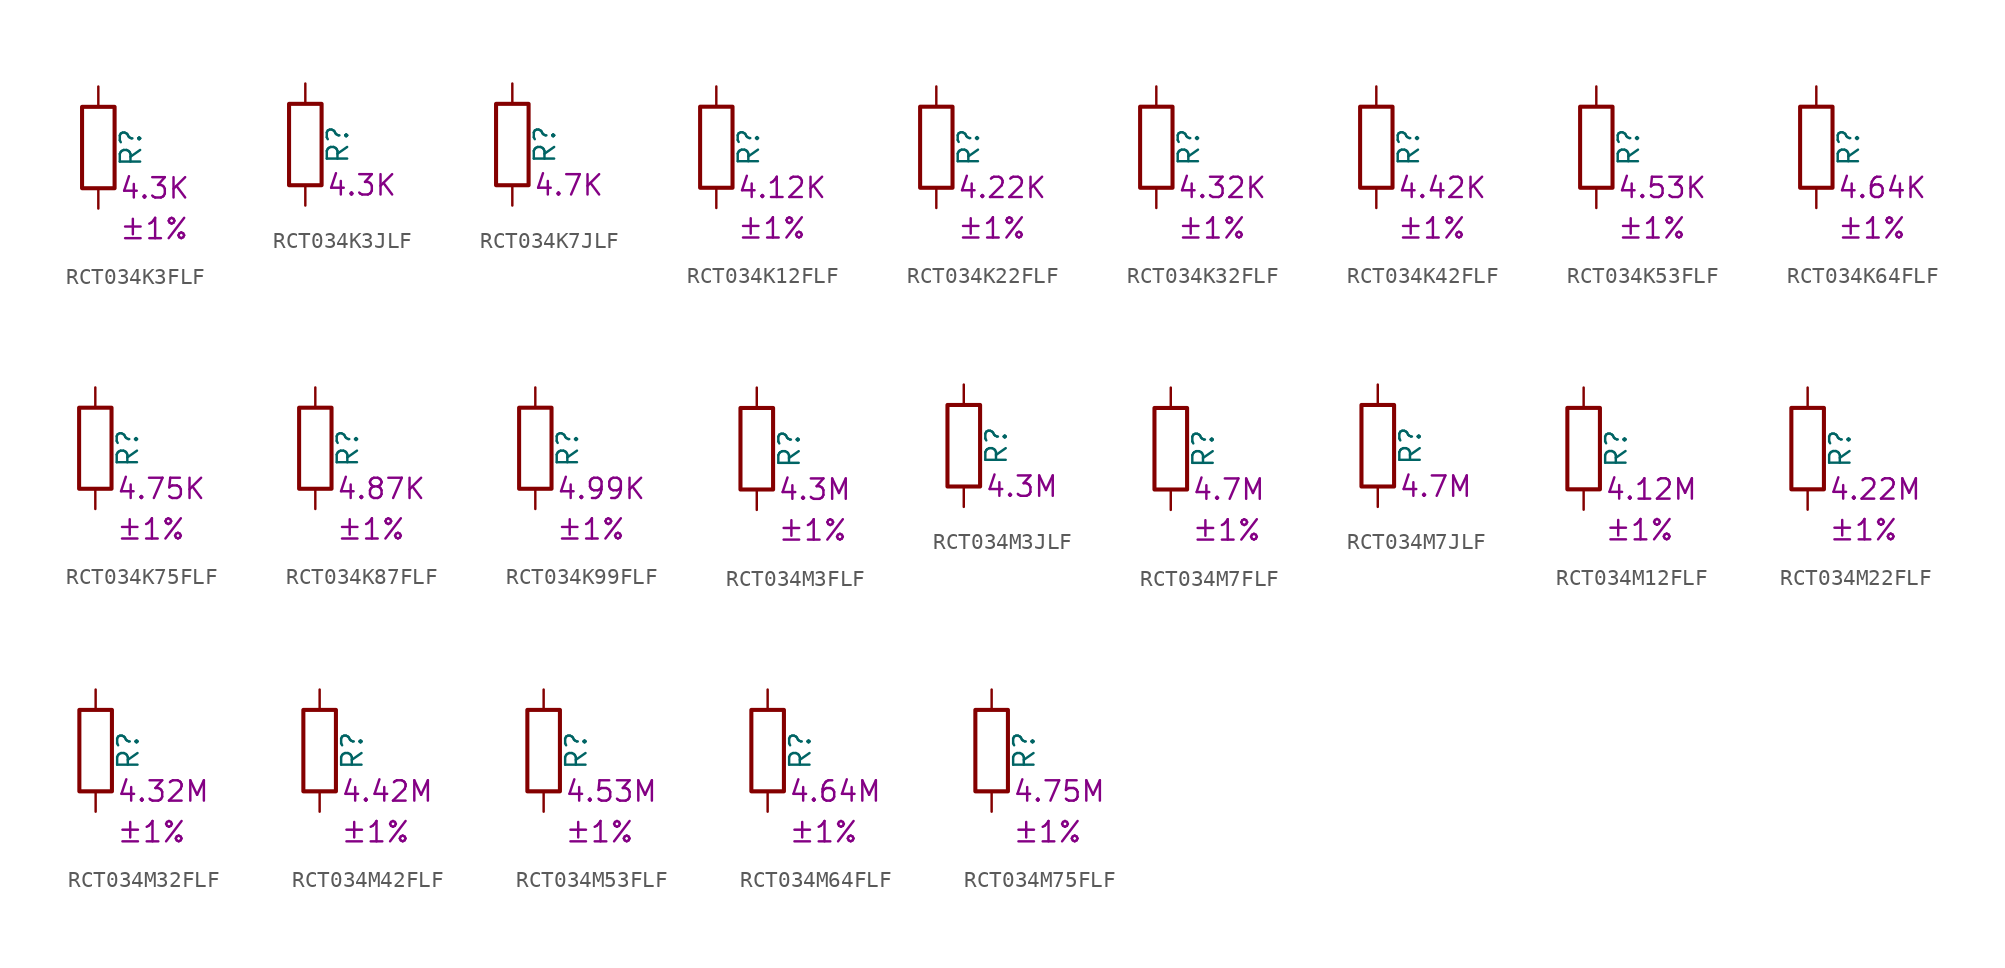
<source format=kicad_sym>
(kicad_symbol_lib
  (version 20220914)
  (generator kicad_symbol_editor)
  (symbol "RCT034K3FLF"
    (pin_numbers hide)
    (pin_names
      (offset 0))
    (property "Reference" "R"
      (at 2.032 0 90)
      (effects (font (size 1.27 1.27))))
    (property "Resistance" "4.3K"
      (at 1.27 -2.54 0)
      (effects (font (size 1.27 1.27)) (justify left)))
    (property "Tolerance" "±1%"
      (at 1.27 -5.08 0)
      (effects (font (size 1.27 1.27)) (justify left)))
    (symbol "RCT034K3FLF_0_1"
      (rectangle (start -1.016 -2.54) (end 1.016 2.54) (stroke (width 0.254) (type default)) (fill (type none))))
    (symbol "RCT034K3FLF_1_1"
      (pin passive line (at 0 3.81 270) (length 1.27) (name "~" (effects (font (size 1.27 1.27)))) (number "1" (effects (font (size 1.27 1.27)))))
      (pin passive line (at 0 -3.81 90) (length 1.27) (name "~" (effects (font (size 1.27 1.27)))) (number "2" (effects (font (size 1.27 1.27)))))))
  (symbol "RCT034K3JLF"
    (pin_numbers hide)
    (pin_names
      (offset 0))
    (property "Reference" "R"
      (at 2.032 0 90)
      (effects (font (size 1.27 1.27))))
    (property "Resistance" "4.3K"
      (at 1.27 -2.54 0)
      (effects (font (size 1.27 1.27)) (justify left)))
    (symbol "RCT034K3JLF_0_1"
      (rectangle (start -1.016 -2.54) (end 1.016 2.54) (stroke (width 0.254) (type default)) (fill (type none))))
    (symbol "RCT034K3JLF_1_1"
      (pin passive line (at 0 3.81 270) (length 1.27) (name "~" (effects (font (size 1.27 1.27)))) (number "1" (effects (font (size 1.27 1.27)))))
      (pin passive line (at 0 -3.81 90) (length 1.27) (name "~" (effects (font (size 1.27 1.27)))) (number "2" (effects (font (size 1.27 1.27)))))))
  (symbol "RCT034K7JLF"
    (pin_numbers hide)
    (pin_names
      (offset 0))
    (property "Reference" "R"
      (at 2.032 0 90)
      (effects (font (size 1.27 1.27))))
    (property "Resistance" "4.7K"
      (at 1.27 -2.54 0)
      (effects (font (size 1.27 1.27)) (justify left)))
    (symbol "RCT034K7JLF_0_1"
      (rectangle (start -1.016 -2.54) (end 1.016 2.54) (stroke (width 0.254) (type default)) (fill (type none))))
    (symbol "RCT034K7JLF_1_1"
      (pin passive line (at 0 3.81 270) (length 1.27) (name "~" (effects (font (size 1.27 1.27)))) (number "1" (effects (font (size 1.27 1.27)))))
      (pin passive line (at 0 -3.81 90) (length 1.27) (name "~" (effects (font (size 1.27 1.27)))) (number "2" (effects (font (size 1.27 1.27)))))))
  (symbol "RCT034K12FLF"
    (pin_numbers hide)
    (pin_names
      (offset 0))
    (property "Reference" "R"
      (at 2.032 0 90)
      (effects (font (size 1.27 1.27))))
    (property "Resistance" "4.12K"
      (at 1.27 -2.54 0)
      (effects (font (size 1.27 1.27)) (justify left)))
    (property "Tolerance" "±1%"
      (at 1.27 -5.08 0)
      (effects (font (size 1.27 1.27)) (justify left)))
    (symbol "RCT034K12FLF_0_1"
      (rectangle (start -1.016 -2.54) (end 1.016 2.54) (stroke (width 0.254) (type default)) (fill (type none))))
    (symbol "RCT034K12FLF_1_1"
      (pin passive line (at 0 3.81 270) (length 1.27) (name "~" (effects (font (size 1.27 1.27)))) (number "1" (effects (font (size 1.27 1.27)))))
      (pin passive line (at 0 -3.81 90) (length 1.27) (name "~" (effects (font (size 1.27 1.27)))) (number "2" (effects (font (size 1.27 1.27)))))))
  (symbol "RCT034K22FLF"
    (pin_numbers hide)
    (pin_names
      (offset 0))
    (property "Reference" "R"
      (at 2.032 0 90)
      (effects (font (size 1.27 1.27))))
    (property "Resistance" "4.22K"
      (at 1.27 -2.54 0)
      (effects (font (size 1.27 1.27)) (justify left)))
    (property "Tolerance" "±1%"
      (at 1.27 -5.08 0)
      (effects (font (size 1.27 1.27)) (justify left)))
    (symbol "RCT034K22FLF_0_1"
      (rectangle (start -1.016 -2.54) (end 1.016 2.54) (stroke (width 0.254) (type default)) (fill (type none))))
    (symbol "RCT034K22FLF_1_1"
      (pin passive line (at 0 3.81 270) (length 1.27) (name "~" (effects (font (size 1.27 1.27)))) (number "1" (effects (font (size 1.27 1.27)))))
      (pin passive line (at 0 -3.81 90) (length 1.27) (name "~" (effects (font (size 1.27 1.27)))) (number "2" (effects (font (size 1.27 1.27)))))))
  (symbol "RCT034K32FLF"
    (pin_numbers hide)
    (pin_names
      (offset 0))
    (property "Reference" "R"
      (at 2.032 0 90)
      (effects (font (size 1.27 1.27))))
    (property "Resistance" "4.32K"
      (at 1.27 -2.54 0)
      (effects (font (size 1.27 1.27)) (justify left)))
    (property "Tolerance" "±1%"
      (at 1.27 -5.08 0)
      (effects (font (size 1.27 1.27)) (justify left)))
    (symbol "RCT034K32FLF_0_1"
      (rectangle (start -1.016 -2.54) (end 1.016 2.54) (stroke (width 0.254) (type default)) (fill (type none))))
    (symbol "RCT034K32FLF_1_1"
      (pin passive line (at 0 3.81 270) (length 1.27) (name "~" (effects (font (size 1.27 1.27)))) (number "1" (effects (font (size 1.27 1.27)))))
      (pin passive line (at 0 -3.81 90) (length 1.27) (name "~" (effects (font (size 1.27 1.27)))) (number "2" (effects (font (size 1.27 1.27)))))))
  (symbol "RCT034K42FLF"
    (pin_numbers hide)
    (pin_names
      (offset 0))
    (property "Reference" "R"
      (at 2.032 0 90)
      (effects (font (size 1.27 1.27))))
    (property "Resistance" "4.42K"
      (at 1.27 -2.54 0)
      (effects (font (size 1.27 1.27)) (justify left)))
    (property "Tolerance" "±1%"
      (at 1.27 -5.08 0)
      (effects (font (size 1.27 1.27)) (justify left)))
    (symbol "RCT034K42FLF_0_1"
      (rectangle (start -1.016 -2.54) (end 1.016 2.54) (stroke (width 0.254) (type default)) (fill (type none))))
    (symbol "RCT034K42FLF_1_1"
      (pin passive line (at 0 3.81 270) (length 1.27) (name "~" (effects (font (size 1.27 1.27)))) (number "1" (effects (font (size 1.27 1.27)))))
      (pin passive line (at 0 -3.81 90) (length 1.27) (name "~" (effects (font (size 1.27 1.27)))) (number "2" (effects (font (size 1.27 1.27)))))))
  (symbol "RCT034K53FLF"
    (pin_numbers hide)
    (pin_names
      (offset 0))
    (property "Reference" "R"
      (at 2.032 0 90)
      (effects (font (size 1.27 1.27))))
    (property "Resistance" "4.53K"
      (at 1.27 -2.54 0)
      (effects (font (size 1.27 1.27)) (justify left)))
    (property "Tolerance" "±1%"
      (at 1.27 -5.08 0)
      (effects (font (size 1.27 1.27)) (justify left)))
    (symbol "RCT034K53FLF_0_1"
      (rectangle (start -1.016 -2.54) (end 1.016 2.54) (stroke (width 0.254) (type default)) (fill (type none))))
    (symbol "RCT034K53FLF_1_1"
      (pin passive line (at 0 3.81 270) (length 1.27) (name "~" (effects (font (size 1.27 1.27)))) (number "1" (effects (font (size 1.27 1.27)))))
      (pin passive line (at 0 -3.81 90) (length 1.27) (name "~" (effects (font (size 1.27 1.27)))) (number "2" (effects (font (size 1.27 1.27)))))))
  (symbol "RCT034K64FLF"
    (pin_numbers hide)
    (pin_names
      (offset 0))
    (property "Reference" "R"
      (at 2.032 0 90)
      (effects (font (size 1.27 1.27))))
    (property "Resistance" "4.64K"
      (at 1.27 -2.54 0)
      (effects (font (size 1.27 1.27)) (justify left)))
    (property "Tolerance" "±1%"
      (at 1.27 -5.08 0)
      (effects (font (size 1.27 1.27)) (justify left)))
    (symbol "RCT034K64FLF_0_1"
      (rectangle (start -1.016 -2.54) (end 1.016 2.54) (stroke (width 0.254) (type default)) (fill (type none))))
    (symbol "RCT034K64FLF_1_1"
      (pin passive line (at 0 3.81 270) (length 1.27) (name "~" (effects (font (size 1.27 1.27)))) (number "1" (effects (font (size 1.27 1.27)))))
      (pin passive line (at 0 -3.81 90) (length 1.27) (name "~" (effects (font (size 1.27 1.27)))) (number "2" (effects (font (size 1.27 1.27)))))))
  (symbol "RCT034K75FLF"
    (pin_numbers hide)
    (pin_names
      (offset 0))
    (property "Reference" "R"
      (at 2.032 0 90)
      (effects (font (size 1.27 1.27))))
    (property "Resistance" "4.75K"
      (at 1.27 -2.54 0)
      (effects (font (size 1.27 1.27)) (justify left)))
    (property "Tolerance" "±1%"
      (at 1.27 -5.08 0)
      (effects (font (size 1.27 1.27)) (justify left)))
    (symbol "RCT034K75FLF_0_1"
      (rectangle (start -1.016 -2.54) (end 1.016 2.54) (stroke (width 0.254) (type default)) (fill (type none))))
    (symbol "RCT034K75FLF_1_1"
      (pin passive line (at 0 3.81 270) (length 1.27) (name "~" (effects (font (size 1.27 1.27)))) (number "1" (effects (font (size 1.27 1.27)))))
      (pin passive line (at 0 -3.81 90) (length 1.27) (name "~" (effects (font (size 1.27 1.27)))) (number "2" (effects (font (size 1.27 1.27)))))))
  (symbol "RCT034K87FLF"
    (pin_numbers hide)
    (pin_names
      (offset 0))
    (property "Reference" "R"
      (at 2.032 0 90)
      (effects (font (size 1.27 1.27))))
    (property "Resistance" "4.87K"
      (at 1.27 -2.54 0)
      (effects (font (size 1.27 1.27)) (justify left)))
    (property "Tolerance" "±1%"
      (at 1.27 -5.08 0)
      (effects (font (size 1.27 1.27)) (justify left)))
    (symbol "RCT034K87FLF_0_1"
      (rectangle (start -1.016 -2.54) (end 1.016 2.54) (stroke (width 0.254) (type default)) (fill (type none))))
    (symbol "RCT034K87FLF_1_1"
      (pin passive line (at 0 3.81 270) (length 1.27) (name "~" (effects (font (size 1.27 1.27)))) (number "1" (effects (font (size 1.27 1.27)))))
      (pin passive line (at 0 -3.81 90) (length 1.27) (name "~" (effects (font (size 1.27 1.27)))) (number "2" (effects (font (size 1.27 1.27)))))))
  (symbol "RCT034K99FLF"
    (pin_numbers hide)
    (pin_names
      (offset 0))
    (property "Reference" "R"
      (at 2.032 0 90)
      (effects (font (size 1.27 1.27))))
    (property "Resistance" "4.99K"
      (at 1.27 -2.54 0)
      (effects (font (size 1.27 1.27)) (justify left)))
    (property "Tolerance" "±1%"
      (at 1.27 -5.08 0)
      (effects (font (size 1.27 1.27)) (justify left)))
    (symbol "RCT034K99FLF_0_1"
      (rectangle (start -1.016 -2.54) (end 1.016 2.54) (stroke (width 0.254) (type default)) (fill (type none))))
    (symbol "RCT034K99FLF_1_1"
      (pin passive line (at 0 3.81 270) (length 1.27) (name "~" (effects (font (size 1.27 1.27)))) (number "1" (effects (font (size 1.27 1.27)))))
      (pin passive line (at 0 -3.81 90) (length 1.27) (name "~" (effects (font (size 1.27 1.27)))) (number "2" (effects (font (size 1.27 1.27)))))))
  (symbol "RCT034M3FLF"
    (pin_numbers hide)
    (pin_names
      (offset 0))
    (property "Reference" "R"
      (at 2.032 0 90)
      (effects (font (size 1.27 1.27))))
    (property "Resistance" "4.3M"
      (at 1.27 -2.54 0)
      (effects (font (size 1.27 1.27)) (justify left)))
    (property "Tolerance" "±1%"
      (at 1.27 -5.08 0)
      (effects (font (size 1.27 1.27)) (justify left)))
    (symbol "RCT034M3FLF_0_1"
      (rectangle (start -1.016 -2.54) (end 1.016 2.54) (stroke (width 0.254) (type default)) (fill (type none))))
    (symbol "RCT034M3FLF_1_1"
      (pin passive line (at 0 3.81 270) (length 1.27) (name "~" (effects (font (size 1.27 1.27)))) (number "1" (effects (font (size 1.27 1.27)))))
      (pin passive line (at 0 -3.81 90) (length 1.27) (name "~" (effects (font (size 1.27 1.27)))) (number "2" (effects (font (size 1.27 1.27)))))))
  (symbol "RCT034M3JLF"
    (pin_numbers hide)
    (pin_names
      (offset 0))
    (property "Reference" "R"
      (at 2.032 0 90)
      (effects (font (size 1.27 1.27))))
    (property "Resistance" "4.3M"
      (at 1.27 -2.54 0)
      (effects (font (size 1.27 1.27)) (justify left)))
    (symbol "RCT034M3JLF_0_1"
      (rectangle (start -1.016 -2.54) (end 1.016 2.54) (stroke (width 0.254) (type default)) (fill (type none))))
    (symbol "RCT034M3JLF_1_1"
      (pin passive line (at 0 3.81 270) (length 1.27) (name "~" (effects (font (size 1.27 1.27)))) (number "1" (effects (font (size 1.27 1.27)))))
      (pin passive line (at 0 -3.81 90) (length 1.27) (name "~" (effects (font (size 1.27 1.27)))) (number "2" (effects (font (size 1.27 1.27)))))))
  (symbol "RCT034M7FLF"
    (pin_numbers hide)
    (pin_names
      (offset 0))
    (property "Reference" "R"
      (at 2.032 0 90)
      (effects (font (size 1.27 1.27))))
    (property "Resistance" "4.7M"
      (at 1.27 -2.54 0)
      (effects (font (size 1.27 1.27)) (justify left)))
    (property "Tolerance" "±1%"
      (at 1.27 -5.08 0)
      (effects (font (size 1.27 1.27)) (justify left)))
    (symbol "RCT034M7FLF_0_1"
      (rectangle (start -1.016 -2.54) (end 1.016 2.54) (stroke (width 0.254) (type default)) (fill (type none))))
    (symbol "RCT034M7FLF_1_1"
      (pin passive line (at 0 3.81 270) (length 1.27) (name "~" (effects (font (size 1.27 1.27)))) (number "1" (effects (font (size 1.27 1.27)))))
      (pin passive line (at 0 -3.81 90) (length 1.27) (name "~" (effects (font (size 1.27 1.27)))) (number "2" (effects (font (size 1.27 1.27)))))))
  (symbol "RCT034M7JLF"
    (pin_numbers hide)
    (pin_names
      (offset 0))
    (property "Reference" "R"
      (at 2.032 0 90)
      (effects (font (size 1.27 1.27))))
    (property "Resistance" "4.7M"
      (at 1.27 -2.54 0)
      (effects (font (size 1.27 1.27)) (justify left)))
    (symbol "RCT034M7JLF_0_1"
      (rectangle (start -1.016 -2.54) (end 1.016 2.54) (stroke (width 0.254) (type default)) (fill (type none))))
    (symbol "RCT034M7JLF_1_1"
      (pin passive line (at 0 3.81 270) (length 1.27) (name "~" (effects (font (size 1.27 1.27)))) (number "1" (effects (font (size 1.27 1.27)))))
      (pin passive line (at 0 -3.81 90) (length 1.27) (name "~" (effects (font (size 1.27 1.27)))) (number "2" (effects (font (size 1.27 1.27)))))))
  (symbol "RCT034M12FLF"
    (pin_numbers hide)
    (pin_names
      (offset 0))
    (property "Reference" "R"
      (at 2.032 0 90)
      (effects (font (size 1.27 1.27))))
    (property "Resistance" "4.12M"
      (at 1.27 -2.54 0)
      (effects (font (size 1.27 1.27)) (justify left)))
    (property "Tolerance" "±1%"
      (at 1.27 -5.08 0)
      (effects (font (size 1.27 1.27)) (justify left)))
    (symbol "RCT034M12FLF_0_1"
      (rectangle (start -1.016 -2.54) (end 1.016 2.54) (stroke (width 0.254) (type default)) (fill (type none))))
    (symbol "RCT034M12FLF_1_1"
      (pin passive line (at 0 3.81 270) (length 1.27) (name "~" (effects (font (size 1.27 1.27)))) (number "1" (effects (font (size 1.27 1.27)))))
      (pin passive line (at 0 -3.81 90) (length 1.27) (name "~" (effects (font (size 1.27 1.27)))) (number "2" (effects (font (size 1.27 1.27)))))))
  (symbol "RCT034M22FLF"
    (pin_numbers hide)
    (pin_names
      (offset 0))
    (property "Reference" "R"
      (at 2.032 0 90)
      (effects (font (size 1.27 1.27))))
    (property "Resistance" "4.22M"
      (at 1.27 -2.54 0)
      (effects (font (size 1.27 1.27)) (justify left)))
    (property "Tolerance" "±1%"
      (at 1.27 -5.08 0)
      (effects (font (size 1.27 1.27)) (justify left)))
    (symbol "RCT034M22FLF_0_1"
      (rectangle (start -1.016 -2.54) (end 1.016 2.54) (stroke (width 0.254) (type default)) (fill (type none))))
    (symbol "RCT034M22FLF_1_1"
      (pin passive line (at 0 3.81 270) (length 1.27) (name "~" (effects (font (size 1.27 1.27)))) (number "1" (effects (font (size 1.27 1.27)))))
      (pin passive line (at 0 -3.81 90) (length 1.27) (name "~" (effects (font (size 1.27 1.27)))) (number "2" (effects (font (size 1.27 1.27)))))))
  (symbol "RCT034M32FLF"
    (pin_numbers hide)
    (pin_names
      (offset 0))
    (property "Reference" "R"
      (at 2.032 0 90)
      (effects (font (size 1.27 1.27))))
    (property "Resistance" "4.32M"
      (at 1.27 -2.54 0)
      (effects (font (size 1.27 1.27)) (justify left)))
    (property "Tolerance" "±1%"
      (at 1.27 -5.08 0)
      (effects (font (size 1.27 1.27)) (justify left)))
    (symbol "RCT034M32FLF_0_1"
      (rectangle (start -1.016 -2.54) (end 1.016 2.54) (stroke (width 0.254) (type default)) (fill (type none))))
    (symbol "RCT034M32FLF_1_1"
      (pin passive line (at 0 3.81 270) (length 1.27) (name "~" (effects (font (size 1.27 1.27)))) (number "1" (effects (font (size 1.27 1.27)))))
      (pin passive line (at 0 -3.81 90) (length 1.27) (name "~" (effects (font (size 1.27 1.27)))) (number "2" (effects (font (size 1.27 1.27)))))))
  (symbol "RCT034M42FLF"
    (pin_numbers hide)
    (pin_names
      (offset 0))
    (property "Reference" "R"
      (at 2.032 0 90)
      (effects (font (size 1.27 1.27))))
    (property "Resistance" "4.42M"
      (at 1.27 -2.54 0)
      (effects (font (size 1.27 1.27)) (justify left)))
    (property "Tolerance" "±1%"
      (at 1.27 -5.08 0)
      (effects (font (size 1.27 1.27)) (justify left)))
    (symbol "RCT034M42FLF_0_1"
      (rectangle (start -1.016 -2.54) (end 1.016 2.54) (stroke (width 0.254) (type default)) (fill (type none))))
    (symbol "RCT034M42FLF_1_1"
      (pin passive line (at 0 3.81 270) (length 1.27) (name "~" (effects (font (size 1.27 1.27)))) (number "1" (effects (font (size 1.27 1.27)))))
      (pin passive line (at 0 -3.81 90) (length 1.27) (name "~" (effects (font (size 1.27 1.27)))) (number "2" (effects (font (size 1.27 1.27)))))))
  (symbol "RCT034M53FLF"
    (pin_numbers hide)
    (pin_names
      (offset 0))
    (property "Reference" "R"
      (at 2.032 0 90)
      (effects (font (size 1.27 1.27))))
    (property "Resistance" "4.53M"
      (at 1.27 -2.54 0)
      (effects (font (size 1.27 1.27)) (justify left)))
    (property "Tolerance" "±1%"
      (at 1.27 -5.08 0)
      (effects (font (size 1.27 1.27)) (justify left)))
    (symbol "RCT034M53FLF_0_1"
      (rectangle (start -1.016 -2.54) (end 1.016 2.54) (stroke (width 0.254) (type default)) (fill (type none))))
    (symbol "RCT034M53FLF_1_1"
      (pin passive line (at 0 3.81 270) (length 1.27) (name "~" (effects (font (size 1.27 1.27)))) (number "1" (effects (font (size 1.27 1.27)))))
      (pin passive line (at 0 -3.81 90) (length 1.27) (name "~" (effects (font (size 1.27 1.27)))) (number "2" (effects (font (size 1.27 1.27)))))))
  (symbol "RCT034M64FLF"
    (pin_numbers hide)
    (pin_names
      (offset 0))
    (property "Reference" "R"
      (at 2.032 0 90)
      (effects (font (size 1.27 1.27))))
    (property "Resistance" "4.64M"
      (at 1.27 -2.54 0)
      (effects (font (size 1.27 1.27)) (justify left)))
    (property "Tolerance" "±1%"
      (at 1.27 -5.08 0)
      (effects (font (size 1.27 1.27)) (justify left)))
    (symbol "RCT034M64FLF_0_1"
      (rectangle (start -1.016 -2.54) (end 1.016 2.54) (stroke (width 0.254) (type default)) (fill (type none))))
    (symbol "RCT034M64FLF_1_1"
      (pin passive line (at 0 3.81 270) (length 1.27) (name "~" (effects (font (size 1.27 1.27)))) (number "1" (effects (font (size 1.27 1.27)))))
      (pin passive line (at 0 -3.81 90) (length 1.27) (name "~" (effects (font (size 1.27 1.27)))) (number "2" (effects (font (size 1.27 1.27)))))))
  (symbol "RCT034M75FLF"
    (pin_numbers hide)
    (pin_names
      (offset 0))
    (property "Reference" "R"
      (at 2.032 0 90)
      (effects (font (size 1.27 1.27))))
    (property "Resistance" "4.75M"
      (at 1.27 -2.54 0)
      (effects (font (size 1.27 1.27)) (justify left)))
    (property "Tolerance" "±1%"
      (at 1.27 -5.08 0)
      (effects (font (size 1.27 1.27)) (justify left)))
    (symbol "RCT034M75FLF_0_1"
      (rectangle (start -1.016 -2.54) (end 1.016 2.54) (stroke (width 0.254) (type default)) (fill (type none))))
    (symbol "RCT034M75FLF_1_1"
      (pin passive line (at 0 3.81 270) (length 1.27) (name "~" (effects (font (size 1.27 1.27)))) (number "1" (effects (font (size 1.27 1.27)))))
      (pin passive line (at 0 -3.81 90) (length 1.27) (name "~" (effects (font (size 1.27 1.27)))) (number "2" (effects (font (size 1.27 1.27))))))))
</source>
